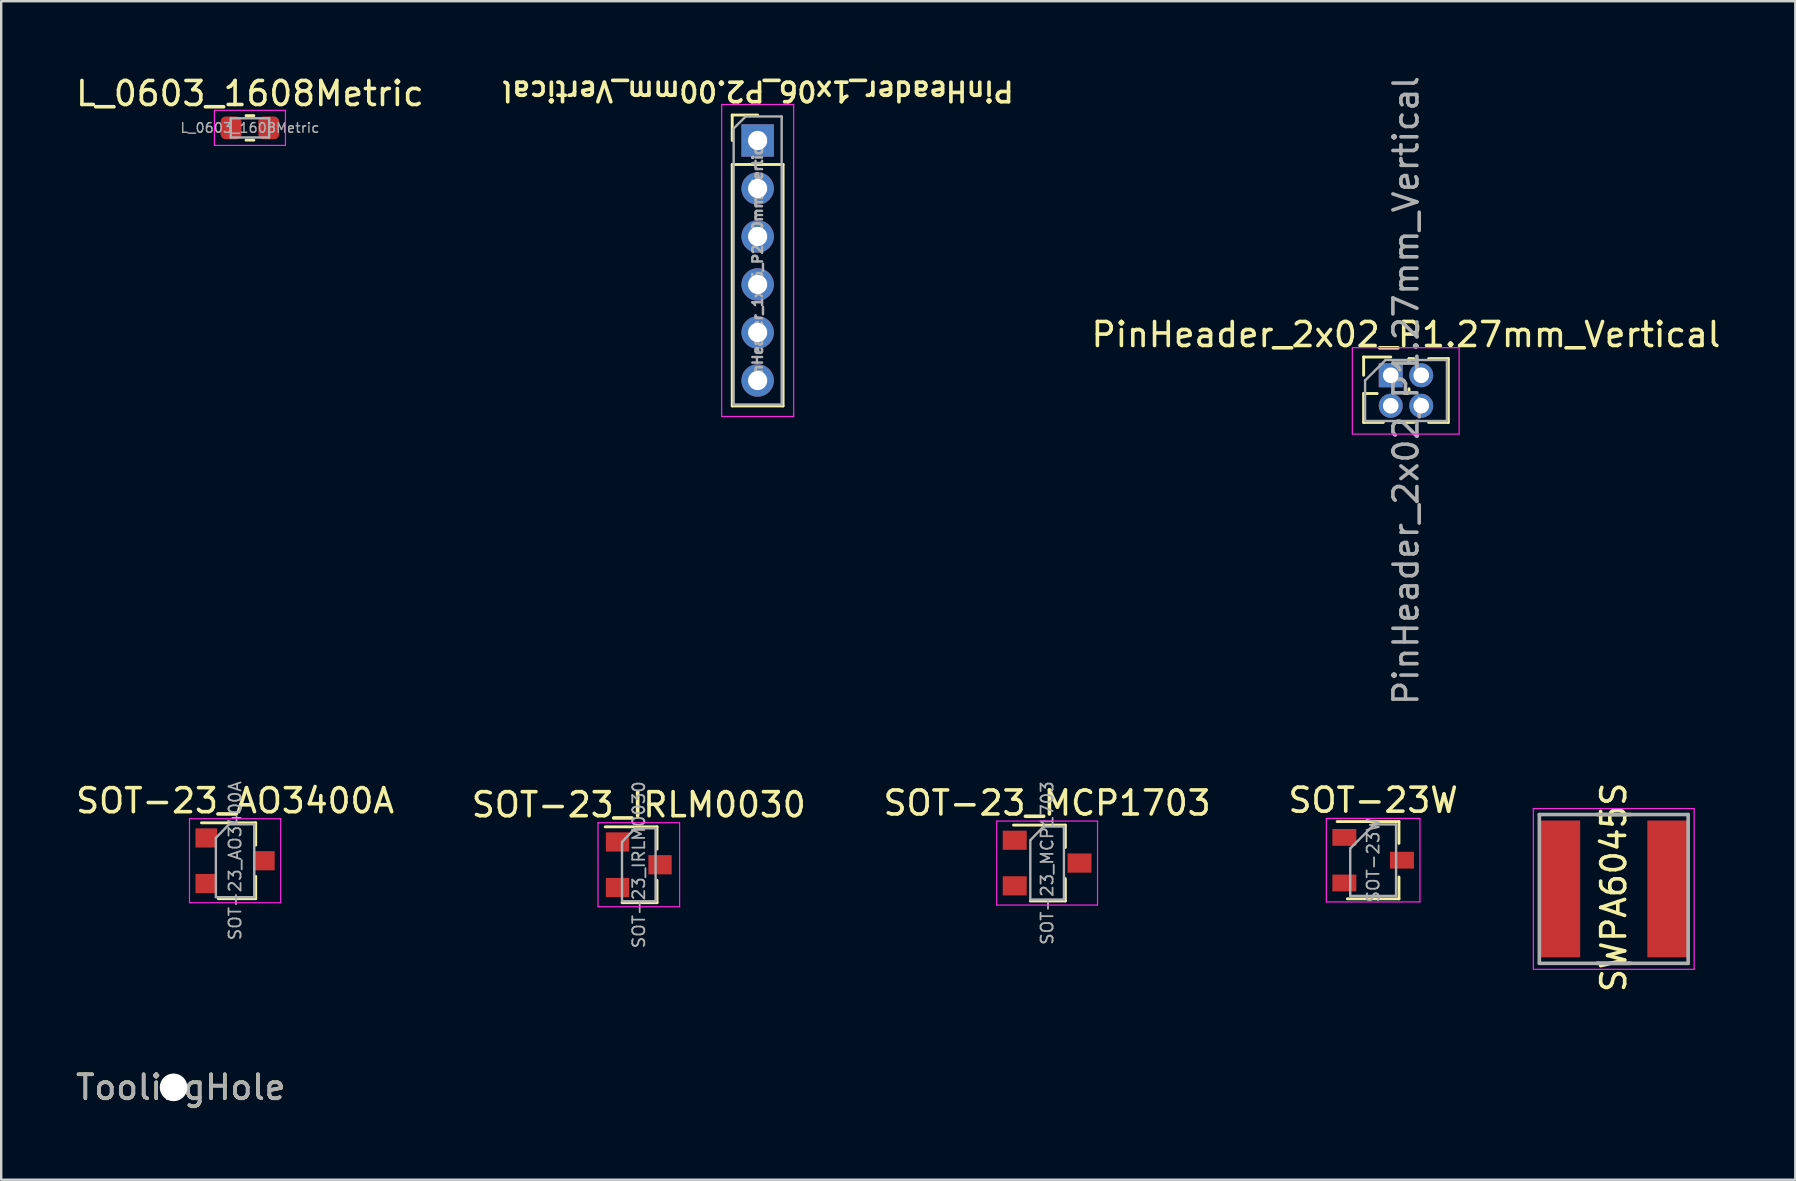
<source format=kicad_pcb>
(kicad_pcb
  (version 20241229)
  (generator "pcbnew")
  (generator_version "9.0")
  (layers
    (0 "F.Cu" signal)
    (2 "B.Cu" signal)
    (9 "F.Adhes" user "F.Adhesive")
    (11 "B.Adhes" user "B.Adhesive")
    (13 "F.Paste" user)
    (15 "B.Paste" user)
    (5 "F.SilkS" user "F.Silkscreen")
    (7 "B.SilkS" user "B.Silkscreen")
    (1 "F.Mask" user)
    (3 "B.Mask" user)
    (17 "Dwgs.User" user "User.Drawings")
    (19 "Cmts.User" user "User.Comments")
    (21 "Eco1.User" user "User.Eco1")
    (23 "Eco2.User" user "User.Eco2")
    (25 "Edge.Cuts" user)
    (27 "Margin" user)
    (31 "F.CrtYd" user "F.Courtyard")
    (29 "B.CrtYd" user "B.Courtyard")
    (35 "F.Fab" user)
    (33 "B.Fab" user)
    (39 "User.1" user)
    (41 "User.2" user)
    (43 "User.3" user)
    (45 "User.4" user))
  (footprint "SOT-23_AO3400A"
    (layer "F.Cu")
    (at 6.744 32.812)
    (property "Reference" "SOT-23_AO3400A" (at 0 -2.5 180) (layer "F.SilkS") (effects (font (size 1 1) (thickness 0.15))))
    (attr smd)
    (fp_line (start 0.86 -1.58) (end -1.4 -1.58) (stroke (width 0.12) (type solid)) (layer "F.SilkS"))
    (fp_line (start 0.86 -1.58) (end 0.86 -0.65) (stroke (width 0.12) (type solid)) (layer "F.SilkS"))
    (fp_line (start 0.86 1.58) (end -0.7 1.58) (stroke (width 0.12) (type solid)) (layer "F.SilkS"))
    (fp_line (start 0.86 1.58) (end 0.86 0.65) (stroke (width 0.12) (type solid)) (layer "F.SilkS"))
    (fp_line (start -1.9 -1.75) (end 1.9 -1.75) (stroke (width 0.05) (type solid)) (layer "F.CrtYd"))
    (fp_line (start -1.9 1.75) (end -1.9 -1.75) (stroke (width 0.05) (type solid)) (layer "F.CrtYd"))
    (fp_line (start 1.9 -1.75) (end 1.9 1.75) (stroke (width 0.05) (type solid)) (layer "F.CrtYd"))
    (fp_line (start 1.9 1.75) (end -1.9 1.75) (stroke (width 0.05) (type solid)) (layer "F.CrtYd"))
    (fp_line (start -0.8 -0.95) (end -0.8 1.5) (stroke (width 0.1) (type solid)) (layer "F.Fab"))
    (fp_line (start -0.8 -0.95) (end -0.25 -1.52) (stroke (width 0.1) (type solid)) (layer "F.Fab"))
    (fp_line (start -0.8 1.52) (end 0.8 1.52) (stroke (width 0.1) (type solid)) (layer "F.Fab"))
    (fp_line (start -0.25 -1.52) (end 0.8 -1.52) (stroke (width 0.1) (type solid)) (layer "F.Fab"))
    (fp_line (start 0.8 -1.52) (end 0.8 1.52) (stroke (width 0.1) (type solid)) (layer "F.Fab"))
    (fp_text user "${REFERENCE}" (at 0 0 270) (layer "F.Fab") (effects (font (size 0.5 0.5) (thickness 0.075))))
    (pad "1" smd rect (at -1.2 -0.95) (size 0.9 0.8) (layers "F.Cu" "F.Mask" "F.Paste"))
    (pad "2" smd rect (at -1.2 0.95) (size 0.9 0.8) (layers "F.Cu" "F.Mask" "F.Paste"))
    (pad "3" smd rect (at 1.2 0) (size 0.9 0.8) (layers "F.Cu" "F.Mask" "F.Paste")))
  (footprint "ToolingHole"
    (layer "F.Cu")
    (at 4.182 42.253)
    (property "Reference" "ToolingHole" (at 0.3 0 0) (layer "F.SilkS") (effects (font (size 1 1) (thickness 0.15))))
    (attr exclude_from_pos_files exclude_from_bom)
    (fp_text user "${REFERENCE}" (at 0.3 0 0) (layer "F.Fab") (effects (font (size 1 1) (thickness 0.15))))
    (pad "" np_thru_hole circle (at 0 0) (size 1.152 1.152) (drill 1.152) (layers "*.Cu" "*.Mask")))
  (footprint "PinHeader_2x02_P1.27mm_Vertical"
    (layer "F.Cu")
    (at 54.894 12.585)
    (property "Reference" "PinHeader_2x02_P1.27mm_Vertical" (at 0.635 -1.695 0) (layer "F.SilkS") (effects (font (size 1 1) (thickness 0.15))))
    (attr through_hole)
    (fp_line (start -1.13 -0.76) (end 0 -0.76) (stroke (width 0.12) (type solid)) (layer "F.SilkS"))
    (fp_line (start -1.13 0) (end -1.13 -0.76) (stroke (width 0.12) (type solid)) (layer "F.SilkS"))
    (fp_line (start -1.13 0.76) (end -1.13 1.965) (stroke (width 0.12) (type solid)) (layer "F.SilkS"))
    (fp_line (start -1.13 0.76) (end -0.563 0.76) (stroke (width 0.12) (type solid)) (layer "F.SilkS"))
    (fp_line (start -1.13 1.965) (end -0.308 1.965) (stroke (width 0.12) (type solid)) (layer "F.SilkS"))
    (fp_line (start 0.308 1.965) (end 0.962 1.965) (stroke (width 0.12) (type solid)) (layer "F.SilkS"))
    (fp_line (start 0.563 0.76) (end 0.707 0.76) (stroke (width 0.12) (type solid)) (layer "F.SilkS"))
    (fp_line (start 0.76 -0.695) (end 0.962 -0.695) (stroke (width 0.12) (type solid)) (layer "F.SilkS"))
    (fp_line (start 0.76 -0.563) (end 0.76 -0.695) (stroke (width 0.12) (type solid)) (layer "F.SilkS"))
    (fp_line (start 0.76 0.707) (end 0.76 0.563) (stroke (width 0.12) (type solid)) (layer "F.SilkS"))
    (fp_line (start 1.578 -0.695) (end 2.4 -0.695) (stroke (width 0.12) (type solid)) (layer "F.SilkS"))
    (fp_line (start 1.578 1.965) (end 2.4 1.965) (stroke (width 0.12) (type solid)) (layer "F.SilkS"))
    (fp_line (start 2.4 -0.695) (end 2.4 1.965) (stroke (width 0.12) (type solid)) (layer "F.SilkS"))
    (fp_line (start -1.6 -1.15) (end -1.6 2.45) (stroke (width 0.05) (type solid)) (layer "F.CrtYd"))
    (fp_line (start -1.6 2.45) (end 2.85 2.45) (stroke (width 0.05) (type solid)) (layer "F.CrtYd"))
    (fp_line (start 2.85 -1.15) (end -1.6 -1.15) (stroke (width 0.05) (type solid)) (layer "F.CrtYd"))
    (fp_line (start 2.85 2.45) (end 2.85 -1.15) (stroke (width 0.05) (type solid)) (layer "F.CrtYd"))
    (fp_line (start -1.07 0.217) (end -0.217 -0.635) (stroke (width 0.1) (type solid)) (layer "F.Fab"))
    (fp_line (start -1.07 1.905) (end -1.07 0.217) (stroke (width 0.1) (type solid)) (layer "F.Fab"))
    (fp_line (start -0.217 -0.635) (end 2.34 -0.635) (stroke (width 0.1) (type solid)) (layer "F.Fab"))
    (fp_line (start 2.34 -0.635) (end 2.34 1.905) (stroke (width 0.1) (type solid)) (layer "F.Fab"))
    (fp_line (start 2.34 1.905) (end -1.07 1.905) (stroke (width 0.1) (type solid)) (layer "F.Fab"))
    (fp_text user "${REFERENCE}" (at 0.635 0.635 90) (layer "F.Fab") (effects (font (size 1 1) (thickness 0.15))))
    (pad "1" thru_hole rect (at 0 0) (size 1 1) (drill 0.65) (layers "*.Cu" "*.Mask"))
    (pad "2" thru_hole oval (at 1.27 0) (size 1 1) (drill 0.65) (layers "*.Cu" "*.Mask"))
    (pad "3" thru_hole oval (at 0 1.27) (size 1 1) (drill 0.65) (layers "*.Cu" "*.Mask"))
    (pad "4" thru_hole oval (at 1.27 1.27) (size 1 1) (drill 0.65) (layers "*.Cu" "*.Mask")))
  (footprint "L_0603_1608Metric"
    (layer "F.Cu")
    (at 7.363 2.278)
    (property "Reference" "L_0603_1608Metric" (at 0 -1.43 180) (layer "F.SilkS") (effects (font (size 1 1) (thickness 0.15))))
    (attr smd)
    (fp_line (start -0.163 -0.51) (end 0.163 -0.51) (stroke (width 0.12) (type solid)) (layer "F.SilkS"))
    (fp_line (start -0.163 0.51) (end 0.163 0.51) (stroke (width 0.12) (type solid)) (layer "F.SilkS"))
    (fp_line (start -1.48 -0.73) (end 1.48 -0.73) (stroke (width 0.05) (type solid)) (layer "F.CrtYd"))
    (fp_line (start -1.48 0.73) (end -1.48 -0.73) (stroke (width 0.05) (type solid)) (layer "F.CrtYd"))
    (fp_line (start 1.48 -0.73) (end 1.48 0.73) (stroke (width 0.05) (type solid)) (layer "F.CrtYd"))
    (fp_line (start 1.48 0.73) (end -1.48 0.73) (stroke (width 0.05) (type solid)) (layer "F.CrtYd"))
    (fp_line (start -0.8 -0.4) (end 0.8 -0.4) (stroke (width 0.1) (type solid)) (layer "F.Fab"))
    (fp_line (start -0.8 0.4) (end -0.8 -0.4) (stroke (width 0.1) (type solid)) (layer "F.Fab"))
    (fp_line (start 0.8 -0.4) (end 0.8 0.4) (stroke (width 0.1) (type solid)) (layer "F.Fab"))
    (fp_line (start 0.8 0.4) (end -0.8 0.4) (stroke (width 0.1) (type solid)) (layer "F.Fab"))
    (fp_text user "${REFERENCE}" (at 0 0 180) (layer "F.Fab") (effects (font (size 0.4 0.4) (thickness 0.06))))
    (pad "1" smd roundrect (at -0.787 0) (size 0.875 0.95) (layers "F.Cu" "F.Mask" "F.Paste") (roundrect_rratio 0.25))
    (pad "2" smd roundrect (at 0.787 0) (size 0.875 0.95) (layers "F.Cu" "F.Mask" "F.Paste") (roundrect_rratio 0.25)))
  (footprint "PinHeader_1x06_P2.00mm_Vertical"
    (layer "F.Cu")
    (at 28.517 2.803)
    (property "Reference" "PinHeader_1x06_P2.00mm_Vertical" (at 0 -2.06 180) (unlocked yes) (layer "F.SilkS") (effects (font (size 0.813 0.813) (thickness 0.152))))
    (attr through_hole)
    (fp_line (start -1.06 -1.06) (end 0 -1.06) (stroke (width 0.12) (type solid)) (layer "F.SilkS"))
    (fp_line (start -1.06 0) (end -1.06 -1.06) (stroke (width 0.12) (type solid)) (layer "F.SilkS"))
    (fp_line (start -1.06 1) (end -1.06 11.06) (stroke (width 0.12) (type solid)) (layer "F.SilkS"))
    (fp_line (start -1.06 1) (end 1.06 1) (stroke (width 0.12) (type solid)) (layer "F.SilkS"))
    (fp_line (start -1.06 11.06) (end 1.06 11.06) (stroke (width 0.12) (type solid)) (layer "F.SilkS"))
    (fp_line (start 1.06 1) (end 1.06 11.06) (stroke (width 0.12) (type solid)) (layer "F.SilkS"))
    (fp_line (start -1.5 -1.5) (end -1.5 11.5) (stroke (width 0.05) (type solid)) (layer "F.CrtYd"))
    (fp_line (start -1.5 11.5) (end 1.5 11.5) (stroke (width 0.05) (type solid)) (layer "F.CrtYd"))
    (fp_line (start 1.5 -1.5) (end -1.5 -1.5) (stroke (width 0.05) (type solid)) (layer "F.CrtYd"))
    (fp_line (start 1.5 11.5) (end 1.5 -1.5) (stroke (width 0.05) (type solid)) (layer "F.CrtYd"))
    (fp_line (start -1 -0.5) (end -0.5 -1) (stroke (width 0.1) (type solid)) (layer "F.Fab"))
    (fp_line (start -1 11) (end -1 -0.5) (stroke (width 0.1) (type solid)) (layer "F.Fab"))
    (fp_line (start -0.5 -1) (end 1 -1) (stroke (width 0.1) (type solid)) (layer "F.Fab"))
    (fp_line (start 1 -1) (end 1 11) (stroke (width 0.1) (type solid)) (layer "F.Fab"))
    (fp_line (start 1 11) (end -1 11) (stroke (width 0.1) (type solid)) (layer "F.Fab"))
    (fp_text user "${REFERENCE}" (at 0 5 90) (layer "F.Fab") (effects (font (size 0.406 0.406) (thickness 0.102))))
    (pad "1" thru_hole rect (at 0 0) (size 1.35 1.35) (drill 0.8) (layers "*.Cu" "*.Mask"))
    (pad "2" thru_hole oval (at 0 2) (size 1.35 1.35) (drill 0.8) (layers "*.Cu" "*.Mask"))
    (pad "3" thru_hole oval (at 0 4) (size 1.35 1.35) (drill 0.8) (layers "*.Cu" "*.Mask"))
    (pad "4" thru_hole oval (at 0 6) (size 1.35 1.35) (drill 0.8) (layers "*.Cu" "*.Mask"))
    (pad "5" thru_hole oval (at 0 8) (size 1.35 1.35) (drill 0.8) (layers "*.Cu" "*.Mask"))
    (pad "6" thru_hole oval (at 0 10) (size 1.35 1.35) (drill 0.8) (layers "*.Cu" "*.Mask")))
  (footprint "SOT-23_MCP1703"
    (layer "F.Cu")
    (at 40.577 32.908)
    (property "Reference" "SOT-23_MCP1703" (at 0 -2.5 180) (layer "F.SilkS") (effects (font (size 1 1) (thickness 0.15))))
    (attr smd)
    (fp_line (start 0.76 -1.58) (end -1.4 -1.58) (stroke (width 0.12) (type solid)) (layer "F.SilkS"))
    (fp_line (start 0.76 -1.58) (end 0.76 -0.65) (stroke (width 0.12) (type solid)) (layer "F.SilkS"))
    (fp_line (start 0.76 1.58) (end -0.7 1.58) (stroke (width 0.12) (type solid)) (layer "F.SilkS"))
    (fp_line (start 0.76 1.58) (end 0.76 0.65) (stroke (width 0.12) (type solid)) (layer "F.SilkS"))
    (fp_line (start -2.1 -1.75) (end 2.1 -1.75) (stroke (width 0.05) (type solid)) (layer "F.CrtYd"))
    (fp_line (start -2.1 1.75) (end -2.1 -1.75) (stroke (width 0.05) (type solid)) (layer "F.CrtYd"))
    (fp_line (start 2.1 -1.75) (end 2.1 1.75) (stroke (width 0.05) (type solid)) (layer "F.CrtYd"))
    (fp_line (start 2.1 1.75) (end -2.1 1.75) (stroke (width 0.05) (type solid)) (layer "F.CrtYd"))
    (fp_line (start -0.7 -0.95) (end -0.7 1.5) (stroke (width 0.1) (type solid)) (layer "F.Fab"))
    (fp_line (start -0.7 -0.95) (end -0.15 -1.52) (stroke (width 0.1) (type solid)) (layer "F.Fab"))
    (fp_line (start -0.7 1.52) (end 0.7 1.52) (stroke (width 0.1) (type solid)) (layer "F.Fab"))
    (fp_line (start -0.15 -1.52) (end 0.7 -1.52) (stroke (width 0.1) (type solid)) (layer "F.Fab"))
    (fp_line (start 0.7 -1.52) (end 0.7 1.52) (stroke (width 0.1) (type solid)) (layer "F.Fab"))
    (fp_text user "${REFERENCE}" (at 0 0 270) (layer "F.Fab") (effects (font (size 0.5 0.5) (thickness 0.075))))
    (pad "1" smd rect (at -1.35 -0.95) (size 1 0.8) (layers "F.Cu" "F.Mask" "F.Paste"))
    (pad "2" smd rect (at -1.35 0.95) (size 1 0.8) (layers "F.Cu" "F.Mask" "F.Paste"))
    (pad "3" smd rect (at 1.35 0) (size 1 0.8) (layers "F.Cu" "F.Mask" "F.Paste")))
  (footprint "SOT-23_IRLM0030"
    (layer "F.Cu")
    (at 23.565 32.979)
    (property "Reference" "SOT-23_IRLM0030" (at 0 -2.5 180) (layer "F.SilkS") (effects (font (size 1 1) (thickness 0.15))))
    (attr smd)
    (fp_line (start 0.76 -1.58) (end -1.4 -1.58) (stroke (width 0.12) (type solid)) (layer "F.SilkS"))
    (fp_line (start 0.76 -1.58) (end 0.76 -0.65) (stroke (width 0.12) (type solid)) (layer "F.SilkS"))
    (fp_line (start 0.76 1.58) (end -0.7 1.58) (stroke (width 0.12) (type solid)) (layer "F.SilkS"))
    (fp_line (start 0.76 1.58) (end 0.76 0.65) (stroke (width 0.12) (type solid)) (layer "F.SilkS"))
    (fp_line (start -1.7 -1.75) (end 1.7 -1.75) (stroke (width 0.05) (type solid)) (layer "F.CrtYd"))
    (fp_line (start -1.7 1.75) (end -1.7 -1.75) (stroke (width 0.05) (type solid)) (layer "F.CrtYd"))
    (fp_line (start 1.7 -1.75) (end 1.7 1.75) (stroke (width 0.05) (type solid)) (layer "F.CrtYd"))
    (fp_line (start 1.7 1.75) (end -1.7 1.75) (stroke (width 0.05) (type solid)) (layer "F.CrtYd"))
    (fp_line (start -0.7 -0.95) (end -0.7 1.5) (stroke (width 0.1) (type solid)) (layer "F.Fab"))
    (fp_line (start -0.7 -0.95) (end -0.15 -1.52) (stroke (width 0.1) (type solid)) (layer "F.Fab"))
    (fp_line (start -0.7 1.52) (end 0.7 1.52) (stroke (width 0.1) (type solid)) (layer "F.Fab"))
    (fp_line (start -0.15 -1.52) (end 0.7 -1.52) (stroke (width 0.1) (type solid)) (layer "F.Fab"))
    (fp_line (start 0.7 -1.52) (end 0.7 1.52) (stroke (width 0.1) (type solid)) (layer "F.Fab"))
    (fp_text user "${REFERENCE}" (at 0 0 270) (layer "F.Fab") (effects (font (size 0.5 0.5) (thickness 0.075))))
    (pad "1" smd rect (at -0.885 -0.95) (size 0.972 0.802) (layers "F.Cu" "F.Mask" "F.Paste"))
    (pad "2" smd rect (at -0.885 0.95) (size 0.972 0.802) (layers "F.Cu" "F.Mask" "F.Paste"))
    (pad "3" smd rect (at 0.885 0) (size 0.972 0.802) (layers "F.Cu" "F.Mask" "F.Paste")))
  (footprint "SOT-23W"
    (layer "F.Cu")
    (at 54.161 32.789)
    (property "Reference" "SOT-23W" (at 0 -2.5 0) (layer "F.SilkS") (effects (font (size 1 1) (thickness 0.15))))
    (attr smd)
    (fp_line (start -1.5 -1.61) (end 1.075 -1.61) (stroke (width 0.12) (type solid)) (layer "F.SilkS"))
    (fp_line (start -1.075 1.61) (end 1.075 1.61) (stroke (width 0.12) (type solid)) (layer "F.SilkS"))
    (fp_line (start 1.075 -1.61) (end 1.075 -0.7) (stroke (width 0.12) (type solid)) (layer "F.SilkS"))
    (fp_line (start 1.075 0.7) (end 1.075 1.61) (stroke (width 0.12) (type solid)) (layer "F.SilkS"))
    (fp_line (start -1.95 -1.74) (end 1.95 -1.74) (stroke (width 0.05) (type solid)) (layer "F.CrtYd"))
    (fp_line (start -1.95 1.74) (end -1.95 -1.74) (stroke (width 0.05) (type solid)) (layer "F.CrtYd"))
    (fp_line (start 1.95 -1.74) (end 1.95 1.74) (stroke (width 0.05) (type solid)) (layer "F.CrtYd"))
    (fp_line (start 1.95 1.74) (end -1.95 1.74) (stroke (width 0.05) (type solid)) (layer "F.CrtYd"))
    (fp_line (start -0.955 -0.49) (end -0.955 1.49) (stroke (width 0.1) (type solid)) (layer "F.Fab"))
    (fp_line (start -0.955 -0.49) (end 0.045 -1.49) (stroke (width 0.1) (type solid)) (layer "F.Fab"))
    (fp_line (start -0.955 1.49) (end 0.955 1.49) (stroke (width 0.1) (type solid)) (layer "F.Fab"))
    (fp_line (start 0.045 -1.49) (end 0.955 -1.49) (stroke (width 0.1) (type solid)) (layer "F.Fab"))
    (fp_line (start 0.955 -1.49) (end 0.955 1.49) (stroke (width 0.1) (type solid)) (layer "F.Fab"))
    (fp_text user "${REFERENCE}" (at 0 0 270) (layer "F.Fab") (effects (font (size 0.5 0.5) (thickness 0.075))))
    (pad "1" smd rect (at -1.2 -0.95) (size 1 0.7) (layers "F.Cu" "F.Mask" "F.Paste"))
    (pad "2" smd rect (at -1.2 0.95) (size 1 0.7) (layers "F.Cu" "F.Mask" "F.Paste"))
    (pad "3" smd rect (at 1.2 0) (size 1 0.7) (layers "F.Cu" "F.Mask" "F.Paste")))
  (footprint "SWPA6045S"
    (layer "F.Cu")
    (at 64.185 33.986)
    (property "Reference" "SWPA6045S" (at 0 -0.064 90) (layer "F.SilkS") (effects (font (size 1 1) (thickness 0.15))))
    (attr smd)
    (fp_line (start -0.7 3.1) (end 0.7 3.1) (stroke (width 0.15) (type solid)) (layer "F.SilkS"))
    (fp_line (start 0.7 -3.1) (end -0.7 -3.1) (stroke (width 0.15) (type solid)) (layer "F.SilkS"))
    (fp_line (start -3.35 -3.35) (end 3.35 -3.35) (stroke (width 0.05) (type solid)) (layer "F.CrtYd"))
    (fp_line (start -3.35 3.35) (end -3.35 -3.35) (stroke (width 0.05) (type solid)) (layer "F.CrtYd"))
    (fp_line (start 3.35 -3.35) (end 3.35 3.35) (stroke (width 0.05) (type solid)) (layer "F.CrtYd"))
    (fp_line (start 3.35 3.35) (end -3.35 3.35) (stroke (width 0.05) (type solid)) (layer "F.CrtYd"))
    (fp_line (start -3.1 -3.1) (end 3.1 -3.1) (stroke (width 0.15) (type solid)) (layer "F.Fab"))
    (fp_line (start -3.1 3.1) (end -3.1 -3.1) (stroke (width 0.15) (type solid)) (layer "F.Fab"))
    (fp_line (start 3.1 -3.1) (end 3.1 3.1) (stroke (width 0.15) (type solid)) (layer "F.Fab"))
    (fp_line (start 3.1 3.1) (end -3.1 3.1) (stroke (width 0.15) (type solid)) (layer "F.Fab"))
    (pad "1" smd rect (at -2.25 0) (size 1.7 5.7) (layers "F.Cu" "F.Mask" "F.Paste"))
    (pad "2" smd rect (at 2.25 0) (size 1.7 5.7) (layers "F.Cu" "F.Mask" "F.Paste")))
  (gr_rect
    (start -3 -3)
    (end 71.749 46.101)
    (stroke (width 0.1) (type default))
    (fill no)
    (layer "Edge.Cuts")))
</source>
